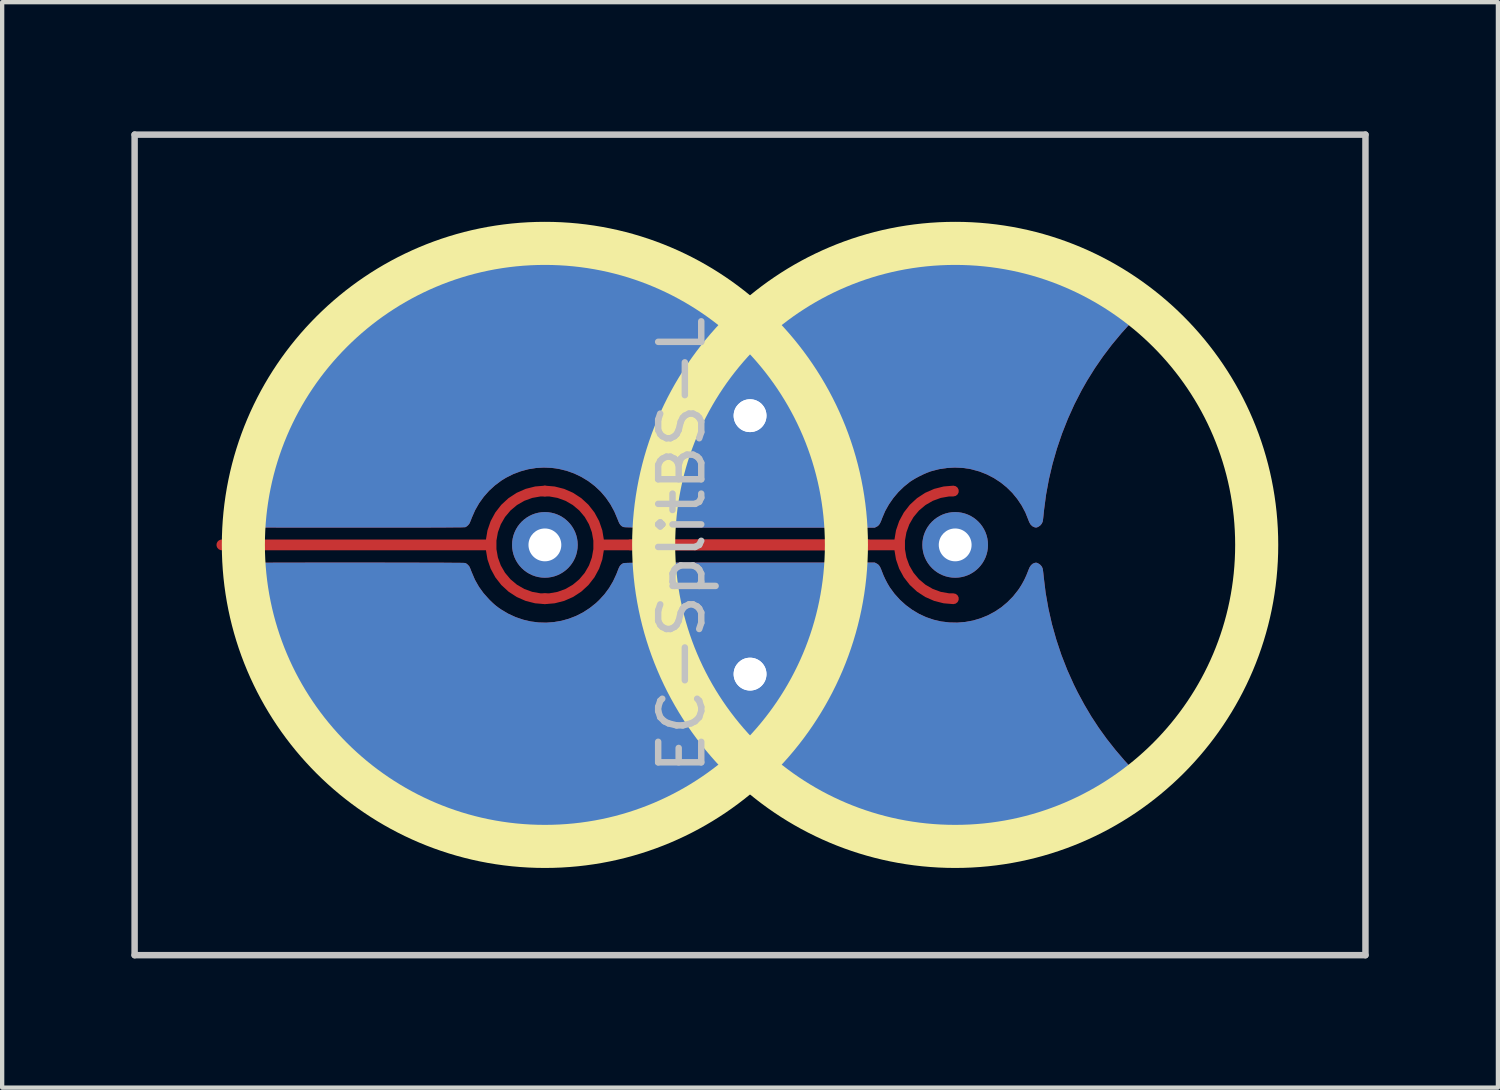
<source format=kicad_pcb>
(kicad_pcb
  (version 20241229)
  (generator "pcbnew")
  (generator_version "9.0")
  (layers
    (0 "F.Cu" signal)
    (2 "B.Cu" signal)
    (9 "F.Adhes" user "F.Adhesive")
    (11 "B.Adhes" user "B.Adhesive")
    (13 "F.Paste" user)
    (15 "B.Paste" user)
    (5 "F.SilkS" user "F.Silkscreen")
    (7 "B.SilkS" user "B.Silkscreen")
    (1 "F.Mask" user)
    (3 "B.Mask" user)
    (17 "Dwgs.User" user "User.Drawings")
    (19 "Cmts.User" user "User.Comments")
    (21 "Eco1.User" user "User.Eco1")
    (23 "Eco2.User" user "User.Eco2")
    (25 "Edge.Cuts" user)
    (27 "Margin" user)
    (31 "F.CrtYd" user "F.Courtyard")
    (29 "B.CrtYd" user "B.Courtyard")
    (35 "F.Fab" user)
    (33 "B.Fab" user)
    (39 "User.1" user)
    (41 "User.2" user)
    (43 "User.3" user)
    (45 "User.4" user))
  (footprint "EC-SplitBS-L"
    (layer "F.Cu")
    (at 9.6 9.6)
    (property "Reference" "EC-SplitBS-L" (at 3.175 0 90) (layer "Dwgs.User") (effects (font (size 1 1) (thickness 0.15))))
    (attr through_hole)
    (fp_circle (center 0 0) (end 7 0) (stroke (width 1) (type solid)) (fill no) (layer "F.SilkS"))
    (fp_circle (center 9.525 0) (end 16.525 0) (stroke (width 1) (type solid)) (fill no) (layer "F.SilkS"))
    (fp_line (start -9.525 -9.525) (end 19.05 -9.525) (stroke (width 0.15) (type solid)) (layer "Dwgs.User"))
    (fp_line (start -9.525 9.525) (end -9.525 -9.525) (stroke (width 0.15) (type solid)) (layer "Dwgs.User"))
    (fp_line (start 19.05 -9.525) (end 19.05 9.525) (stroke (width 0.15) (type solid)) (layer "Dwgs.User"))
    (fp_line (start 19.05 9.525) (end -9.525 9.525) (stroke (width 0.15) (type solid)) (layer "Dwgs.User"))
    (pad "" thru_hole circle (at 0 0 90) (size 1.524 1.524) (drill 0.762) (layers "*.Cu" "B.Mask"))
    (pad "" thru_hole circle (at 9.525 0 90) (size 1.524 1.524) (drill 0.762) (layers "*.Cu" "B.Mask"))
    (pad "1" thru_hole circle (at 4.763 -3 90) (size 1.524 1.524) (drill 0.762) (layers "*.Cu" "B.Mask"))
    (pad "1" thru_hole custom (at 4.763 -3) (size 1.524 1.524) (drill 0.762) (layers "F.Cu") (options (anchor circle)) (primitives (gr_poly (pts (xy 5.086 -3.985) (xy 5.452 -3.958) (xy 5.816 -3.912) (xy 6.093 -3.864) (xy 6.457 -3.783) (xy 6.815 -3.683) (xy 7.167 -3.564) (xy 7.512 -3.427) (xy 7.849 -3.273) (xy 8.176 -3.101) (xy 8.494 -2.912) (xy 8.685 -2.787) (xy 8.77 -2.729) (xy 8.838 -2.681) (xy 8.894 -2.641) (xy 8.937 -2.607) (xy 8.97 -2.577) (xy 8.994 -2.551) (xy 9.011 -2.527) (xy 9.022 -2.503) (xy 9.029 -2.478) (xy 9.032 -2.461) (xy 9.035 -2.434) (xy 9.033 -2.408) (xy 9.025 -2.382) (xy 9.009 -2.352) (xy 8.985 -2.318) (xy 8.95 -2.276) (xy 8.903 -2.223) (xy 8.86 -2.178) (xy 8.62 -1.912) (xy 8.398 -1.645) (xy 8.193 -1.374) (xy 8.003 -1.098) (xy 7.825 -0.813) (xy 7.697 -0.588) (xy 7.53 -0.263) (xy 7.379 0.072) (xy 7.243 0.416) (xy 7.124 0.766) (xy 7.022 1.121) (xy 6.938 1.478) (xy 6.872 1.836) (xy 6.825 2.193) (xy 6.819 2.255) (xy 6.813 2.314) (xy 6.807 2.369) (xy 6.801 2.416) (xy 6.796 2.449) (xy 6.793 2.462) (xy 6.771 2.509) (xy 6.735 2.551) (xy 6.688 2.583) (xy 6.684 2.584) (xy 6.655 2.596) (xy 6.631 2.597) (xy 6.601 2.59) (xy 6.555 2.568) (xy 6.515 2.53) (xy 6.482 2.475) (xy 6.46 2.419) (xy 6.391 2.247) (xy 6.304 2.084) (xy 6.202 1.932) (xy 6.086 1.791) (xy 5.956 1.663) (xy 5.813 1.548) (xy 5.66 1.448) (xy 5.497 1.364) (xy 5.325 1.296) (xy 5.145 1.247) (xy 5.112 1.239) (xy 4.935 1.213) (xy 4.753 1.205) (xy 4.57 1.215) (xy 4.39 1.242) (xy 4.216 1.287) (xy 4.192 1.294) (xy 4.112 1.324) (xy 4.024 1.362) (xy 3.932 1.407) (xy 3.844 1.454) (xy 3.764 1.502) (xy 3.712 1.536) (xy 3.573 1.648) (xy 3.443 1.774) (xy 3.327 1.912) (xy 3.224 2.06) (xy 3.137 2.215) (xy 3.069 2.375) (xy 3.062 2.395) (xy 3.037 2.458) (xy 3.014 2.506) (xy 2.99 2.54) (xy 2.962 2.565) (xy 2.938 2.578) (xy 2.895 2.6) (xy -0.01 2.6) (xy -0.296 2.6) (xy -0.562 2.6) (xy -0.809 2.6) (xy -1.039 2.6) (xy -1.251 2.6) (xy -1.447 2.599) (xy -1.627 2.599) (xy -1.792 2.599) (xy -1.942 2.599) (xy -2.078 2.599) (xy -2.201 2.599) (xy -2.312 2.598) (xy -2.411 2.598) (xy -2.499 2.597) (xy -2.576 2.597) (xy -2.644 2.596) (xy -2.702 2.596) (xy -2.753 2.595) (xy -2.796 2.594) (xy -2.831 2.593) (xy -2.861 2.592) (xy -2.885 2.591) (xy -2.903 2.59) (xy -2.918 2.588) (xy -2.929 2.587) (xy -2.938 2.586) (xy -2.944 2.584) (xy -2.949 2.582) (xy -2.952 2.581) (xy -2.983 2.562) (xy -3.008 2.539) (xy -3.03 2.508) (xy -3.051 2.466) (xy -3.074 2.408) (xy -3.075 2.405) (xy -3.151 2.225) (xy -3.242 2.058) (xy -3.348 1.904) (xy -3.468 1.763) (xy -3.602 1.637) (xy -3.607 1.633) (xy -3.758 1.518) (xy -3.917 1.422) (xy -4.084 1.342) (xy -4.255 1.281) (xy -4.431 1.238) (xy -4.61 1.212) (xy -4.79 1.205) (xy -4.97 1.215) (xy -5.149 1.244) (xy -5.325 1.292) (xy -5.498 1.357) (xy -5.665 1.441) (xy -5.771 1.506) (xy -5.92 1.617) (xy -6.057 1.742) (xy -6.181 1.882) (xy -6.29 2.033) (xy -6.382 2.194) (xy -6.457 2.364) (xy -6.461 2.375) (xy -6.478 2.419) (xy -6.494 2.458) (xy -6.506 2.488) (xy -6.512 2.5) (xy -6.537 2.534) (xy -6.571 2.566) (xy -6.607 2.588) (xy -6.61 2.589) (xy -6.621 2.59) (xy -6.648 2.591) (xy -6.69 2.593) (xy -6.749 2.594) (xy -6.824 2.594) (xy -6.916 2.595) (xy -7.024 2.596) (xy -7.15 2.597) (xy -7.293 2.597) (xy -7.455 2.598) (xy -7.634 2.598) (xy -7.831 2.599) (xy -8.047 2.599) (xy -8.282 2.599) (xy -8.537 2.599) (xy -8.81 2.599) (xy -9.104 2.599) (xy -9.122 2.599) (xy -9.385 2.599) (xy -9.629 2.599) (xy -9.854 2.599) (xy -10.062 2.599) (xy -10.253 2.599) (xy -10.427 2.599) (xy -10.586 2.599) (xy -10.73 2.598) (xy -10.86 2.598) (xy -10.976 2.598) (xy -11.08 2.597) (xy -11.172 2.597) (xy -11.254 2.597) (xy -11.324 2.596) (xy -11.386 2.595) (xy -11.438 2.595) (xy -11.482 2.594) (xy -11.519 2.593) (xy -11.549 2.592) (xy -11.574 2.591) (xy -11.593 2.589) (xy -11.608 2.588) (xy -11.619 2.586) (xy -11.628 2.585) (xy -11.634 2.583) (xy -11.639 2.581) (xy -11.643 2.579) (xy -11.643 2.579) (xy -11.681 2.55) (xy -11.715 2.511) (xy -11.738 2.467) (xy -11.745 2.445) (xy -11.746 2.422) (xy -11.744 2.382) (xy -11.74 2.329) (xy -11.734 2.264) (xy -11.726 2.191) (xy -11.717 2.113) (xy -11.706 2.032) (xy -11.695 1.952) (xy -11.686 1.894) (xy -11.617 1.529) (xy -11.529 1.168) (xy -11.422 0.813) (xy -11.296 0.464) (xy -11.152 0.122) (xy -10.99 -0.212) (xy -10.811 -0.537) (xy -10.615 -0.852) (xy -10.401 -1.158) (xy -10.295 -1.298) (xy -10.108 -1.527) (xy -9.904 -1.754) (xy -9.689 -1.976) (xy -9.464 -2.189) (xy -9.235 -2.388) (xy -9.124 -2.479) (xy -8.828 -2.701) (xy -8.522 -2.907) (xy -8.207 -3.095) (xy -7.883 -3.266) (xy -7.551 -3.419) (xy -7.211 -3.555) (xy -6.865 -3.673) (xy -6.513 -3.773) (xy -6.156 -3.854) (xy -5.795 -3.917) (xy -5.43 -3.961) (xy -5.063 -3.985) (xy -4.693 -3.991) (xy -4.322 -3.977) (xy -3.957 -3.945) (xy -3.589 -3.892) (xy -3.225 -3.82) (xy -2.867 -3.729) (xy -2.514 -3.619) (xy -2.168 -3.49) (xy -1.829 -3.344) (xy -1.497 -3.179) (xy -1.174 -2.996) (xy -0.859 -2.796) (xy -0.554 -2.578) (xy -0.258 -2.344) (xy -0.198 -2.293) (xy -0.145 -2.25) (xy -0.101 -2.221) (xy -0.062 -2.203) (xy -0.024 -2.195) (xy -0.002 -2.194) (xy 0.046 -2.202) (xy 0.097 -2.226) (xy 0.132 -2.251) (xy 0.377 -2.453) (xy 0.618 -2.637) (xy 0.857 -2.806) (xy 1.099 -2.962) (xy 1.344 -3.106) (xy 1.597 -3.24) (xy 1.86 -3.366) (xy 1.875 -3.373) (xy 2.212 -3.515) (xy 2.556 -3.639) (xy 2.907 -3.744) (xy 3.263 -3.831) (xy 3.623 -3.899) (xy 3.987 -3.949) (xy 4.353 -3.98) (xy 4.72 -3.992) (xy 5.086 -3.985)) (width 0) (fill yes))))
    (pad "2" thru_hole circle (at 4.763 3 90) (size 1.524 1.524) (drill 0.762) (layers "*.Cu" "B.Mask"))
    (pad "2" thru_hole custom (at 4.763 3) (size 1.524 1.524) (drill 0.762) (layers "F.Cu") (options (anchor circle)) (primitives (gr_poly (pts (xy -8.825 -2.59) (xy -8.55 -2.59) (xy -8.295 -2.589) (xy -8.059 -2.589) (xy -7.841 -2.589) (xy -7.643 -2.588) (xy -7.463 -2.588) (xy -7.3 -2.587) (xy -7.156 -2.587) (xy -7.029 -2.586) (xy -6.92 -2.585) (xy -6.827 -2.585) (xy -6.751 -2.584) (xy -6.692 -2.583) (xy -6.649 -2.582) (xy -6.622 -2.58) (xy -6.61 -2.579) (xy -6.61 -2.579) (xy -6.574 -2.559) (xy -6.54 -2.527) (xy -6.513 -2.493) (xy -6.512 -2.49) (xy -6.503 -2.47) (xy -6.489 -2.437) (xy -6.473 -2.395) (xy -6.461 -2.365) (xy -6.387 -2.192) (xy -6.296 -2.031) (xy -6.188 -1.881) (xy -6.063 -1.741) (xy -6.04 -1.717) (xy -5.984 -1.663) (xy -5.937 -1.62) (xy -5.894 -1.584) (xy -5.85 -1.55) (xy -5.8 -1.516) (xy -5.771 -1.496) (xy -5.609 -1.4) (xy -5.44 -1.323) (xy -5.267 -1.264) (xy -5.091 -1.223) (xy -4.913 -1.2) (xy -4.734 -1.195) (xy -4.556 -1.208) (xy -4.38 -1.238) (xy -4.207 -1.286) (xy -4.039 -1.351) (xy -3.878 -1.433) (xy -3.724 -1.533) (xy -3.578 -1.649) (xy -3.504 -1.719) (xy -3.38 -1.854) (xy -3.273 -1.999) (xy -3.181 -2.154) (xy -3.103 -2.322) (xy -3.075 -2.395) (xy -3.052 -2.453) (xy -3.031 -2.497) (xy -3.009 -2.528) (xy -2.984 -2.551) (xy -2.953 -2.57) (xy -2.952 -2.571) (xy -2.948 -2.573) (xy -2.943 -2.574) (xy -2.936 -2.576) (xy -2.927 -2.577) (xy -2.915 -2.579) (xy -2.9 -2.58) (xy -2.88 -2.581) (xy -2.855 -2.582) (xy -2.824 -2.583) (xy -2.787 -2.584) (xy -2.743 -2.585) (xy -2.691 -2.586) (xy -2.63 -2.586) (xy -2.561 -2.587) (xy -2.481 -2.587) (xy -2.391 -2.588) (xy -2.29 -2.588) (xy -2.177 -2.589) (xy -2.051 -2.589) (xy -1.912 -2.589) (xy -1.758 -2.589) (xy -1.591 -2.589) (xy -1.407 -2.589) (xy -1.208 -2.59) (xy -0.992 -2.59) (xy -0.759 -2.59) (xy -0.508 -2.59) (xy -0.237 -2.59) (xy -0.01 -2.59) (xy 2.895 -2.59) (xy 2.938 -2.568) (xy 2.97 -2.549) (xy 2.996 -2.522) (xy 3.02 -2.485) (xy 3.043 -2.433) (xy 3.062 -2.385) (xy 3.097 -2.295) (xy 3.142 -2.198) (xy 3.192 -2.103) (xy 3.243 -2.017) (xy 3.245 -2.014) (xy 3.355 -1.864) (xy 3.48 -1.726) (xy 3.617 -1.602) (xy 3.765 -1.493) (xy 3.923 -1.399) (xy 4.089 -1.322) (xy 4.262 -1.263) (xy 4.435 -1.223) (xy 4.624 -1.2) (xy 4.811 -1.196) (xy 4.995 -1.211) (xy 5.176 -1.244) (xy 5.351 -1.296) (xy 5.519 -1.364) (xy 5.68 -1.45) (xy 5.832 -1.551) (xy 5.973 -1.669) (xy 6.104 -1.802) (xy 6.221 -1.949) (xy 6.255 -1.998) (xy 6.312 -2.09) (xy 6.367 -2.191) (xy 6.415 -2.295) (xy 6.454 -2.393) (xy 6.46 -2.409) (xy 6.489 -2.478) (xy 6.523 -2.529) (xy 6.564 -2.564) (xy 6.601 -2.58) (xy 6.632 -2.587) (xy 6.656 -2.585) (xy 6.684 -2.574) (xy 6.731 -2.544) (xy 6.769 -2.503) (xy 6.792 -2.456) (xy 6.793 -2.452) (xy 6.797 -2.43) (xy 6.803 -2.391) (xy 6.809 -2.342) (xy 6.815 -2.285) (xy 6.819 -2.245) (xy 6.863 -1.883) (xy 6.927 -1.521) (xy 7.009 -1.159) (xy 7.11 -0.801) (xy 7.228 -0.446) (xy 7.364 -0.098) (xy 7.517 0.243) (xy 7.609 0.428) (xy 7.762 0.711) (xy 7.923 0.983) (xy 8.095 1.245) (xy 8.279 1.501) (xy 8.477 1.752) (xy 8.691 2.003) (xy 8.858 2.186) (xy 8.915 2.247) (xy 8.959 2.297) (xy 8.991 2.337) (xy 9.014 2.37) (xy 9.027 2.398) (xy 9.034 2.424) (xy 9.035 2.449) (xy 9.032 2.471) (xy 9.027 2.498) (xy 9.018 2.522) (xy 9.005 2.546) (xy 8.986 2.571) (xy 8.959 2.598) (xy 8.922 2.629) (xy 8.875 2.665) (xy 8.814 2.708) (xy 8.74 2.76) (xy 8.685 2.797) (xy 8.376 2.995) (xy 8.055 3.177) (xy 7.725 3.342) (xy 7.386 3.49) (xy 7.04 3.619) (xy 6.688 3.731) (xy 6.331 3.823) (xy 5.97 3.897) (xy 5.763 3.93) (xy 5.391 3.974) (xy 5.021 3.998) (xy 4.653 4.002) (xy 4.284 3.987) (xy 3.916 3.951) (xy 3.546 3.896) (xy 3.356 3.86) (xy 2.996 3.777) (xy 2.641 3.675) (xy 2.291 3.554) (xy 1.949 3.415) (xy 1.614 3.258) (xy 1.287 3.083) (xy 0.97 2.891) (xy 0.663 2.682) (xy 0.369 2.459) (xy 0.32 2.419) (xy 0.27 2.378) (xy 0.224 2.339) (xy 0.188 2.308) (xy 0.184 2.304) (xy 0.129 2.259) (xy 0.083 2.229) (xy 0.041 2.212) (xy -0.001 2.206) (xy -0.028 2.206) (xy -0.049 2.208) (xy -0.067 2.212) (xy -0.085 2.219) (xy -0.107 2.231) (xy -0.133 2.25) (xy -0.166 2.276) (xy -0.21 2.312) (xy -0.266 2.359) (xy -0.277 2.368) (xy -0.351 2.429) (xy -0.438 2.498) (xy -0.533 2.571) (xy -0.632 2.645) (xy -0.73 2.716) (xy -0.823 2.782) (xy -0.902 2.836) (xy -1.217 3.033) (xy -1.542 3.213) (xy -1.875 3.375) (xy -2.215 3.518) (xy -2.562 3.644) (xy -2.915 3.751) (xy -3.274 3.84) (xy -3.636 3.91) (xy -4.002 3.96) (xy -4.37 3.991) (xy -4.741 4.003) (xy -5.112 3.995) (xy -5.118 3.995) (xy -5.488 3.966) (xy -5.855 3.919) (xy -6.218 3.852) (xy -6.577 3.766) (xy -6.93 3.662) (xy -7.278 3.539) (xy -7.618 3.399) (xy -7.95 3.241) (xy -8.273 3.066) (xy -8.587 2.874) (xy -8.891 2.665) (xy -9.131 2.482) (xy -9.396 2.26) (xy -9.651 2.023) (xy -9.895 1.775) (xy -10.124 1.519) (xy -10.295 1.308) (xy -10.516 1.008) (xy -10.72 0.698) (xy -10.907 0.377) (xy -11.077 0.047) (xy -11.229 -0.29) (xy -11.364 -0.636) (xy -11.48 -0.988) (xy -11.577 -1.346) (xy -11.655 -1.708) (xy -11.686 -1.884) (xy -11.698 -1.962) (xy -11.709 -2.042) (xy -11.719 -2.122) (xy -11.728 -2.199) (xy -11.736 -2.271) (xy -11.741 -2.333) (xy -11.745 -2.384) (xy -11.746 -2.42) (xy -11.745 -2.435) (xy -11.729 -2.479) (xy -11.699 -2.522) (xy -11.661 -2.557) (xy -11.641 -2.569) (xy -11.637 -2.572) (xy -11.632 -2.574) (xy -11.626 -2.575) (xy -11.618 -2.577) (xy -11.607 -2.579) (xy -11.593 -2.58) (xy -11.574 -2.581) (xy -11.551 -2.583) (xy -11.521 -2.584) (xy -11.486 -2.585) (xy -11.443 -2.585) (xy -11.392 -2.586) (xy -11.332 -2.587) (xy -11.263 -2.587) (xy -11.184 -2.588) (xy -11.094 -2.588) (xy -10.992 -2.589) (xy -10.878 -2.589) (xy -10.751 -2.589) (xy -10.61 -2.589) (xy -10.454 -2.589) (xy -10.282 -2.59) (xy -10.095 -2.59) (xy -9.89 -2.59) (xy -9.668 -2.59) (xy -9.428 -2.59) (xy -9.168 -2.59) (xy -9.12 -2.59) (xy -8.825 -2.59)) (width 0) (fill yes))))
    (pad "3" smd custom (at -7.5 0 90) (size 0.25 0.25) (layers "F.Cu") (options (anchor circle)) (primitives (gr_line (start 0 6.25) (end 0 0) (width 0.25)) (gr_arc (start -1.25 7.5) (mid 0 6.25) (end 1.25 7.5) (width 0.25))))
    (pad "3" smd custom (at 1.984 0 90) (size 0.25 0.25) (layers "F.Cu") (options (anchor circle)) (primitives (gr_line (start 0 6.25) (end 0 0) (width 0.25)) (gr_arc (start -1.25 7.5) (mid 0 6.25) (end 1.25 7.5) (width 0.25))))
    (pad "3" smd custom (at 7.5 0 270) (size 0.25 0.25) (layers "F.Cu") (options (anchor circle)) (primitives (gr_line (start 0 6.25) (end 0 0) (width 0.25)) (gr_arc (start -1.25 7.5) (mid 0 6.25) (end 1.25 7.5) (width 0.25)))))
  (gr_rect
    (start -3 -3)
    (end 31.725 22.2)
    (stroke (width 0.1) (type default))
    (fill no)
    (layer "Edge.Cuts")))
</source>
